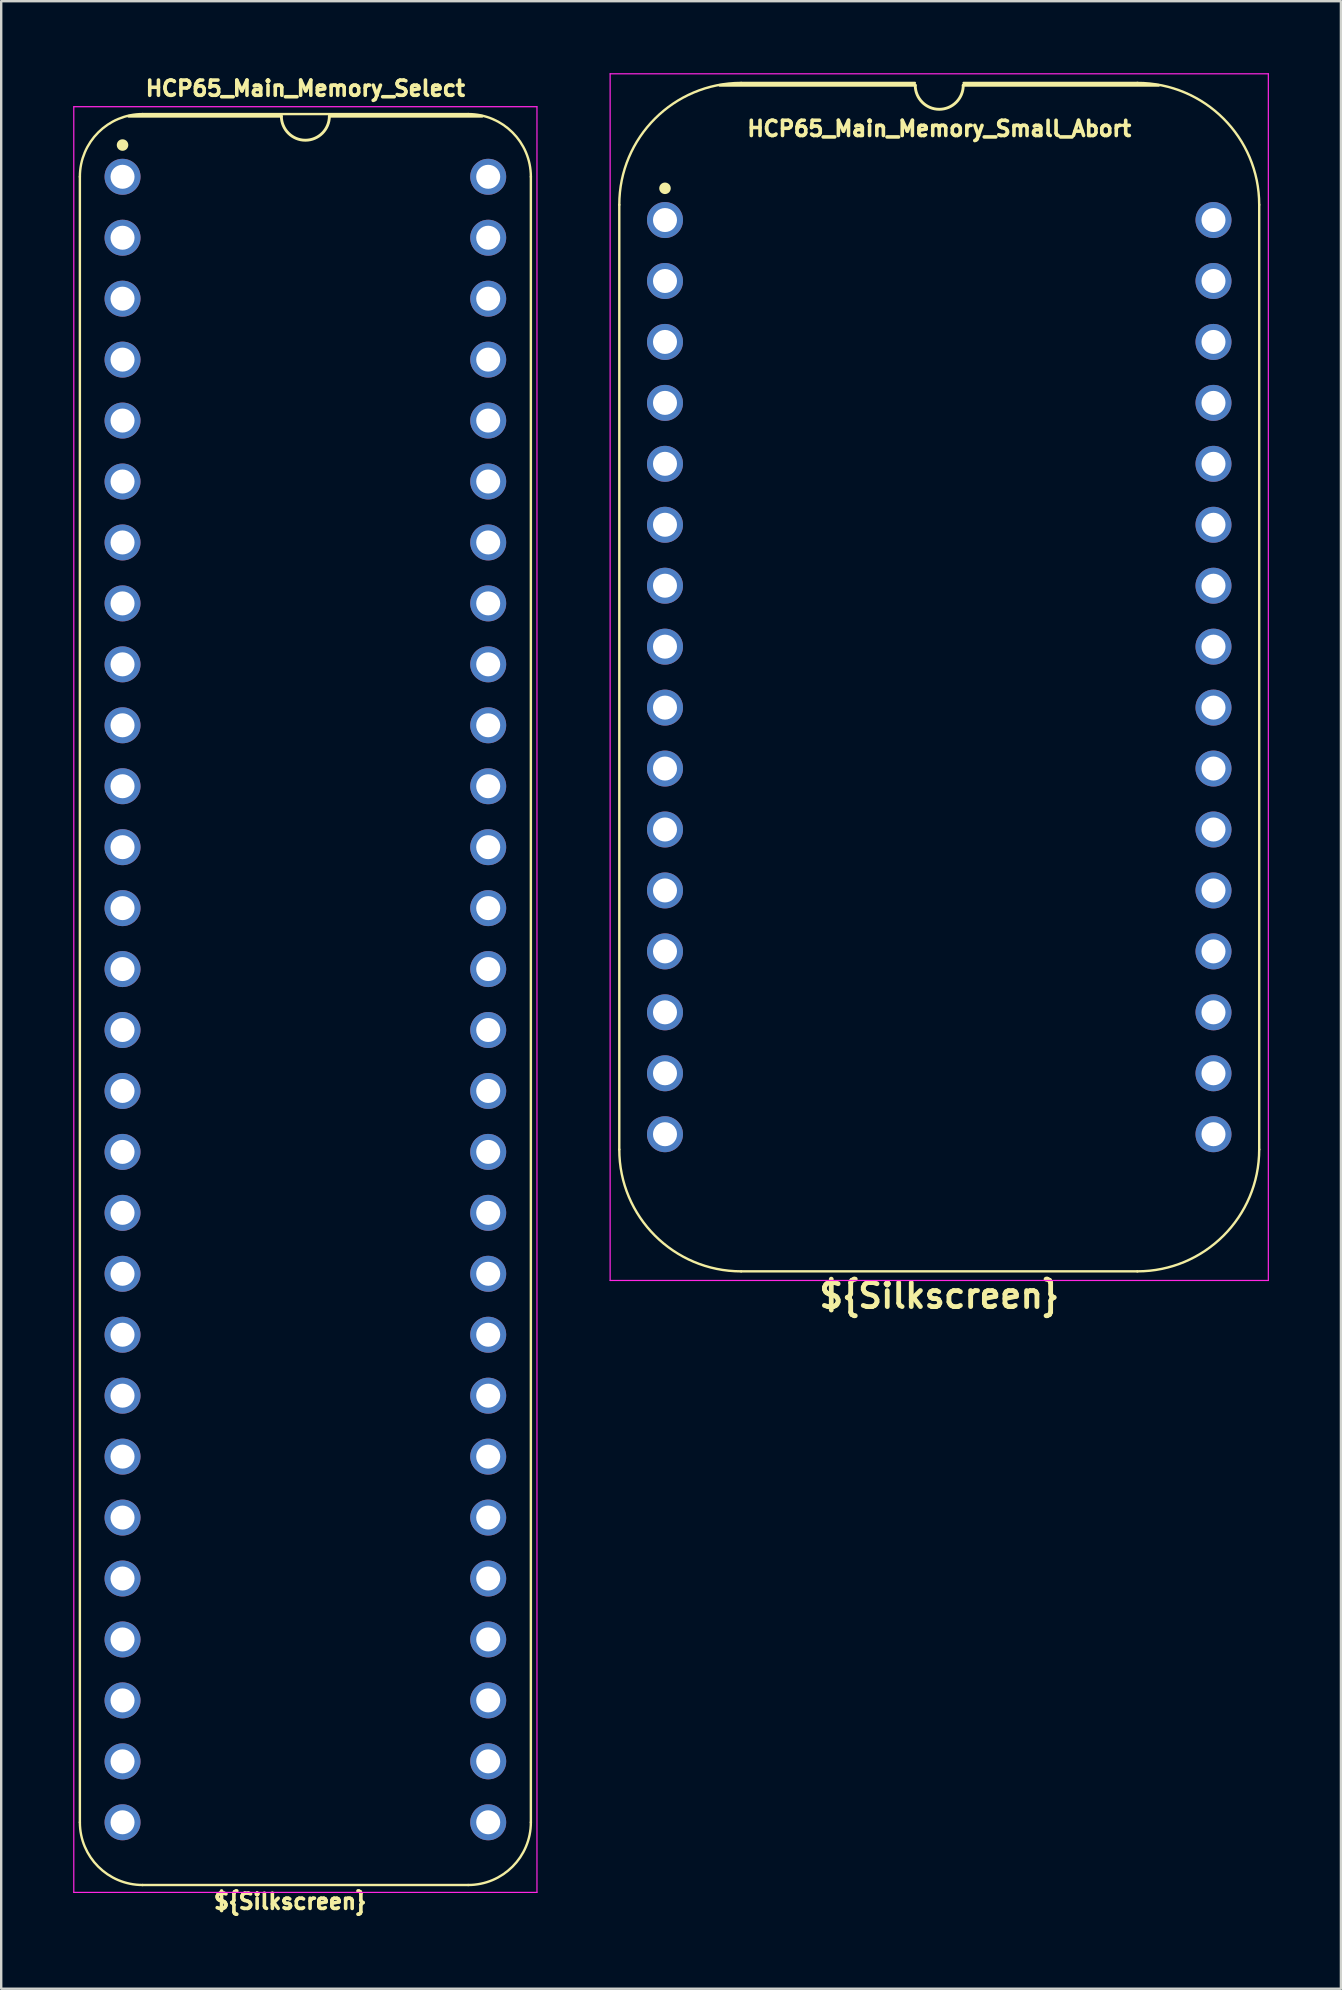
<source format=kicad_pcb>
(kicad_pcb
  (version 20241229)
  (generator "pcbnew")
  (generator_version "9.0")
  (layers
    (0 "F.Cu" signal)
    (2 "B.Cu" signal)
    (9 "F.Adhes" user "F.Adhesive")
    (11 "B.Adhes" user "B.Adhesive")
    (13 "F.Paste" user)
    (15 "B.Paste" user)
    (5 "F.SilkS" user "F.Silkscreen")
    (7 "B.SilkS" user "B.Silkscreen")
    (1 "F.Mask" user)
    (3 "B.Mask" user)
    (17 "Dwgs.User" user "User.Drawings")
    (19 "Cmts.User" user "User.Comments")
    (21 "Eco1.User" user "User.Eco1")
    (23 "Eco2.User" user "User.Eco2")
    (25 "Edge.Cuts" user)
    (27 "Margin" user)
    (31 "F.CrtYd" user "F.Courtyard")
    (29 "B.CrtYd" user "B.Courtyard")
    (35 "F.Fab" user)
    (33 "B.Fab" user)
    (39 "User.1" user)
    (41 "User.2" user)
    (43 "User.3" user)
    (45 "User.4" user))
  (footprint "HCP65_Main_Memory_Select"
    (layer "F.Cu")
    (at 2.057 4.318)
    (property "Reference" "HCP65_Main_Memory_Select" (at 7.62 -3.683 0) (layer "F.SilkS") (effects (font (size 0.635 0.635) (thickness 0.15))))
    (attr through_hole)
    (fp_line (start -1.778 68.58) (end -1.778 0) (stroke (width 0.1) (type solid)) (layer "F.SilkS"))
    (fp_line (start 0.836 -2.614) (end 14.404 -2.614) (stroke (width 0.1) (type solid)) (layer "F.SilkS"))
    (fp_line (start 6.62 -2.524) (end 0.254 -2.524) (stroke (width 0.12) (type solid)) (layer "F.SilkS"))
    (fp_line (start 14.404 71.194) (end 0.836 71.194) (stroke (width 0.1) (type solid)) (layer "F.SilkS"))
    (fp_line (start 14.986 -2.524) (end 8.62 -2.524) (stroke (width 0.12) (type solid)) (layer "F.SilkS"))
    (fp_line (start 17.018 68.58) (end 17.018 0) (stroke (width 0.1) (type solid)) (layer "F.SilkS"))
    (fp_arc (start -1.778 0) (mid -1.012456 -1.848187) (end 0.835732 -2.613732) (stroke (width 0.1) (type solid)) (layer "F.SilkS"))
    (fp_arc (start 0.835733 71.193733) (mid -1.012457 70.428189) (end -1.778 68.58) (stroke (width 0.1) (type solid)) (layer "F.SilkS"))
    (fp_arc (start 8.62 -2.524) (mid 7.62 -1.524) (end 6.62 -2.524) (stroke (width 0.12) (type solid)) (layer "F.SilkS"))
    (fp_arc (start 14.404268 -2.613732) (mid 16.252457 -1.848188) (end 17.018 0) (stroke (width 0.1) (type solid)) (layer "F.SilkS"))
    (fp_arc (start 17.018001 68.580001) (mid 16.252456 70.428188) (end 14.404269 71.193733) (stroke (width 0.1) (type solid)) (layer "F.SilkS"))
    (fp_circle (center 0 -1.323) (end 0.18 -1.323) (stroke (width 0.12) (type solid)) (fill yes) (layer "F.SilkS"))
    (fp_line (start -2.032 -2.921) (end -2.032 71.501) (stroke (width 0.05) (type solid)) (layer "F.CrtYd"))
    (fp_line (start -2.032 -2.921) (end 17.272 -2.921) (stroke (width 0.05) (type solid)) (layer "F.CrtYd"))
    (fp_line (start -2.032 71.501) (end 17.272 71.501) (stroke (width 0.05) (type solid)) (layer "F.CrtYd"))
    (fp_line (start 17.272 -2.921) (end 17.272 71.501) (stroke (width 0.05) (type solid)) (layer "F.CrtYd"))
    (fp_text user "${Silkscreen}" (at 6.985 71.882 0) (layer "F.SilkS") (effects (font (size 0.635 0.635) (thickness 0.15))))
    (pad "1" thru_hole circle (at 0 0) (size 1.5 1.5) (drill 1) (layers "*.Cu" "*.Mask"))
    (pad "2" thru_hole circle (at 0 2.54) (size 1.5 1.5) (drill 1) (layers "*.Cu" "*.Mask"))
    (pad "3" thru_hole circle (at 0 5.08) (size 1.5 1.5) (drill 1) (layers "*.Cu" "*.Mask"))
    (pad "4" thru_hole circle (at 0 7.62) (size 1.5 1.5) (drill 1) (layers "*.Cu" "*.Mask"))
    (pad "5" thru_hole circle (at 0 10.16) (size 1.5 1.5) (drill 1) (layers "*.Cu" "*.Mask"))
    (pad "6" thru_hole circle (at 0 12.7) (size 1.5 1.5) (drill 1) (layers "*.Cu" "*.Mask"))
    (pad "7" thru_hole circle (at 0 15.24) (size 1.5 1.5) (drill 1) (layers "*.Cu" "*.Mask"))
    (pad "8" thru_hole circle (at 0 17.78) (size 1.5 1.5) (drill 1) (layers "*.Cu" "*.Mask"))
    (pad "9" thru_hole circle (at 0 20.32) (size 1.5 1.5) (drill 1) (layers "*.Cu" "*.Mask"))
    (pad "10" thru_hole circle (at 0 22.86) (size 1.5 1.5) (drill 1) (layers "*.Cu" "*.Mask"))
    (pad "11" thru_hole circle (at 0 25.4) (size 1.5 1.5) (drill 1) (layers "*.Cu" "*.Mask"))
    (pad "12" thru_hole circle (at 0 27.94) (size 1.5 1.5) (drill 1) (layers "*.Cu" "*.Mask"))
    (pad "13" thru_hole circle (at 0 30.48) (size 1.5 1.5) (drill 1) (layers "*.Cu" "*.Mask"))
    (pad "14" thru_hole circle (at 0 33.02) (size 1.5 1.5) (drill 1) (layers "*.Cu" "*.Mask"))
    (pad "15" thru_hole circle (at 0 35.56) (size 1.5 1.5) (drill 1) (layers "*.Cu" "*.Mask"))
    (pad "16" thru_hole circle (at 0 38.1) (size 1.5 1.5) (drill 1) (layers "*.Cu" "*.Mask"))
    (pad "17" thru_hole circle (at 0 40.64) (size 1.5 1.5) (drill 1) (layers "*.Cu" "*.Mask"))
    (pad "18" thru_hole circle (at 0 43.18) (size 1.5 1.5) (drill 1) (layers "*.Cu" "*.Mask"))
    (pad "19" thru_hole circle (at 0 45.72) (size 1.5 1.5) (drill 1) (layers "*.Cu" "*.Mask"))
    (pad "20" thru_hole circle (at 0 48.26) (size 1.5 1.5) (drill 1) (layers "*.Cu" "*.Mask"))
    (pad "21" thru_hole circle (at 0 50.8) (size 1.5 1.5) (drill 1) (layers "*.Cu" "*.Mask"))
    (pad "22" thru_hole circle (at 0 53.34) (size 1.5 1.5) (drill 1) (layers "*.Cu" "*.Mask"))
    (pad "23" thru_hole circle (at 0 55.88) (size 1.5 1.5) (drill 1) (layers "*.Cu" "*.Mask"))
    (pad "24" thru_hole circle (at 0 58.42) (size 1.5 1.5) (drill 1) (layers "*.Cu" "*.Mask"))
    (pad "25" thru_hole circle (at 0 60.96) (size 1.5 1.5) (drill 1) (layers "*.Cu" "*.Mask"))
    (pad "26" thru_hole circle (at 0 63.5) (size 1.5 1.5) (drill 1) (layers "*.Cu" "*.Mask"))
    (pad "27" thru_hole circle (at 0 66.04) (size 1.5 1.5) (drill 1) (layers "*.Cu" "*.Mask"))
    (pad "28" thru_hole circle (at 0 68.58) (size 1.5 1.5) (drill 1) (layers "*.Cu" "*.Mask"))
    (pad "29" thru_hole circle (at 15.24 68.58) (size 1.5 1.5) (drill 1) (layers "*.Cu" "*.Mask"))
    (pad "30" thru_hole circle (at 15.24 66.04) (size 1.5 1.5) (drill 1) (layers "*.Cu" "*.Mask"))
    (pad "31" thru_hole circle (at 15.24 63.5) (size 1.5 1.5) (drill 1) (layers "*.Cu" "*.Mask"))
    (pad "32" thru_hole circle (at 15.24 60.96) (size 1.5 1.5) (drill 1) (layers "*.Cu" "*.Mask"))
    (pad "33" thru_hole circle (at 15.24 58.42) (size 1.5 1.5) (drill 1) (layers "*.Cu" "*.Mask"))
    (pad "34" thru_hole circle (at 15.24 55.88) (size 1.5 1.5) (drill 1) (layers "*.Cu" "*.Mask"))
    (pad "35" thru_hole circle (at 15.24 53.34) (size 1.5 1.5) (drill 1) (layers "*.Cu" "*.Mask"))
    (pad "36" thru_hole circle (at 15.24 50.8) (size 1.5 1.5) (drill 1) (layers "*.Cu" "*.Mask"))
    (pad "37" thru_hole circle (at 15.24 48.26) (size 1.5 1.5) (drill 1) (layers "*.Cu" "*.Mask"))
    (pad "38" thru_hole circle (at 15.24 45.72) (size 1.5 1.5) (drill 1) (layers "*.Cu" "*.Mask"))
    (pad "39" thru_hole circle (at 15.24 43.18) (size 1.5 1.5) (drill 1) (layers "*.Cu" "*.Mask"))
    (pad "40" thru_hole circle (at 15.24 40.64) (size 1.5 1.5) (drill 1) (layers "*.Cu" "*.Mask"))
    (pad "41" thru_hole circle (at 15.24 38.1) (size 1.5 1.5) (drill 1) (layers "*.Cu" "*.Mask"))
    (pad "42" thru_hole circle (at 15.24 35.56) (size 1.5 1.5) (drill 1) (layers "*.Cu" "*.Mask"))
    (pad "43" thru_hole circle (at 15.24 33.02) (size 1.5 1.5) (drill 1) (layers "*.Cu" "*.Mask"))
    (pad "44" thru_hole circle (at 15.24 30.48) (size 1.5 1.5) (drill 1) (layers "*.Cu" "*.Mask"))
    (pad "45" thru_hole circle (at 15.24 27.94) (size 1.5 1.5) (drill 1) (layers "*.Cu" "*.Mask"))
    (pad "46" thru_hole circle (at 15.24 25.4) (size 1.5 1.5) (drill 1) (layers "*.Cu" "*.Mask"))
    (pad "47" thru_hole circle (at 15.24 22.86) (size 1.5 1.5) (drill 1) (layers "*.Cu" "*.Mask"))
    (pad "48" thru_hole circle (at 15.24 20.32) (size 1.5 1.5) (drill 1) (layers "*.Cu" "*.Mask"))
    (pad "49" thru_hole circle (at 15.24 17.78) (size 1.5 1.5) (drill 1) (layers "*.Cu" "*.Mask"))
    (pad "50" thru_hole circle (at 15.24 15.24) (size 1.5 1.5) (drill 1) (layers "*.Cu" "*.Mask"))
    (pad "51" thru_hole circle (at 15.24 12.7) (size 1.5 1.5) (drill 1) (layers "*.Cu" "*.Mask"))
    (pad "52" thru_hole circle (at 15.24 10.16) (size 1.5 1.5) (drill 1) (layers "*.Cu" "*.Mask"))
    (pad "53" thru_hole circle (at 15.24 7.62) (size 1.5 1.5) (drill 1) (layers "*.Cu" "*.Mask"))
    (pad "54" thru_hole circle (at 15.24 5.08) (size 1.5 1.5) (drill 1) (layers "*.Cu" "*.Mask"))
    (pad "55" thru_hole circle (at 15.24 2.54) (size 1.5 1.5) (drill 1) (layers "*.Cu" "*.Mask"))
    (pad "56" thru_hole circle (at 15.24 0) (size 1.5 1.5) (drill 1) (layers "*.Cu" "*.Mask")))
  (footprint "HCP65_Main_Memory_Small_Abort"
    (layer "F.Cu")
    (at 24.665 6.121)
    (property "Reference" "HCP65_Main_Memory_Small_Abort" (at 11.43 -3.81 0) (layer "F.SilkS") (effects (font (size 0.635 0.635) (thickness 0.15))))
    (property "Silkscreen" "${Silkscreen}" (at 11.43 44.831 0) (layer "F.SilkS") (effects (font (size 1 1) (thickness 0.2))))
    (attr through_hole)
    (fp_line (start -1.905 -0.635) (end -1.905 38.735) (stroke (width 0.1) (type solid)) (layer "F.SilkS"))
    (fp_line (start 10.414 -5.715) (end 3.175 -5.715) (stroke (width 0.1) (type solid)) (layer "F.SilkS"))
    (fp_line (start 10.43 -5.616) (end 2.286 -5.616) (stroke (width 0.12) (type solid)) (layer "F.SilkS"))
    (fp_line (start 19.685 -5.715) (end 12.446 -5.715) (stroke (width 0.1) (type solid)) (layer "F.SilkS"))
    (fp_line (start 19.685 43.815) (end 3.175 43.815) (stroke (width 0.1) (type solid)) (layer "F.SilkS"))
    (fp_line (start 20.574 -5.616) (end 12.43 -5.616) (stroke (width 0.12) (type solid)) (layer "F.SilkS"))
    (fp_line (start 24.765 38.735) (end 24.765 -0.635) (stroke (width 0.1) (type solid)) (layer "F.SilkS"))
    (fp_arc (start -1.905 -0.635) (mid -0.417102 -4.227102) (end 3.175 -5.715) (stroke (width 0.1) (type solid)) (layer "F.SilkS"))
    (fp_arc (start 3.175 43.815) (mid -0.417102 42.327102) (end -1.905 38.735) (stroke (width 0.1) (type solid)) (layer "F.SilkS"))
    (fp_arc (start 12.43 -5.616) (mid 11.43 -4.616) (end 10.43 -5.616) (stroke (width 0.12) (type solid)) (layer "F.SilkS"))
    (fp_arc (start 19.685 -5.715) (mid 23.277102 -4.227102) (end 24.765 -0.635) (stroke (width 0.1) (type solid)) (layer "F.SilkS"))
    (fp_arc (start 24.765 38.735) (mid 23.277102 42.327102) (end 19.685 43.815) (stroke (width 0.1) (type solid)) (layer "F.SilkS"))
    (fp_circle (center 0 -1.323) (end 0.18 -1.323) (stroke (width 0.12) (type solid)) (fill yes) (layer "F.SilkS"))
    (fp_line (start -2.286 -6.096) (end -2.286 44.196) (stroke (width 0.05) (type solid)) (layer "F.CrtYd"))
    (fp_line (start -2.286 -6.096) (end 25.146 -6.096) (stroke (width 0.05) (type solid)) (layer "F.CrtYd"))
    (fp_line (start -2.286 44.196) (end 25.146 44.196) (stroke (width 0.05) (type solid)) (layer "F.CrtYd"))
    (fp_line (start 25.146 44.196) (end 25.146 -6.096) (stroke (width 0.05) (type solid)) (layer "F.CrtYd"))
    (pad "1" thru_hole circle (at 0 0) (size 1.5 1.5) (drill 1) (layers "*.Cu" "*.Mask"))
    (pad "2" thru_hole circle (at 0 2.54) (size 1.5 1.5) (drill 1) (layers "*.Cu" "*.Mask"))
    (pad "3" thru_hole circle (at 0 5.08) (size 1.5 1.5) (drill 1) (layers "*.Cu" "*.Mask"))
    (pad "4" thru_hole circle (at 0 7.62) (size 1.5 1.5) (drill 1) (layers "*.Cu" "*.Mask"))
    (pad "5" thru_hole circle (at 0 10.16) (size 1.5 1.5) (drill 1) (layers "*.Cu" "*.Mask"))
    (pad "6" thru_hole circle (at 0 12.7) (size 1.5 1.5) (drill 1) (layers "*.Cu" "*.Mask"))
    (pad "7" thru_hole circle (at 0 15.24) (size 1.5 1.5) (drill 1) (layers "*.Cu" "*.Mask"))
    (pad "8" thru_hole circle (at 0 17.78) (size 1.5 1.5) (drill 1) (layers "*.Cu" "*.Mask"))
    (pad "9" thru_hole circle (at 0 20.32) (size 1.5 1.5) (drill 1) (layers "*.Cu" "*.Mask"))
    (pad "10" thru_hole circle (at 0 22.86) (size 1.5 1.5) (drill 1) (layers "*.Cu" "*.Mask"))
    (pad "11" thru_hole circle (at 0 25.4) (size 1.5 1.5) (drill 1) (layers "*.Cu" "*.Mask"))
    (pad "12" thru_hole circle (at 0 27.94) (size 1.5 1.5) (drill 1) (layers "*.Cu" "*.Mask"))
    (pad "13" thru_hole circle (at 0 30.48) (size 1.5 1.5) (drill 1) (layers "*.Cu" "*.Mask"))
    (pad "14" thru_hole circle (at 0 33.02) (size 1.5 1.5) (drill 1) (layers "*.Cu" "*.Mask"))
    (pad "15" thru_hole circle (at 0 35.56) (size 1.5 1.5) (drill 1) (layers "*.Cu" "*.Mask"))
    (pad "16" thru_hole circle (at 0 38.1) (size 1.5 1.5) (drill 1) (layers "*.Cu" "*.Mask"))
    (pad "17" thru_hole circle (at 22.86 38.1) (size 1.5 1.5) (drill 1) (layers "*.Cu" "*.Mask"))
    (pad "18" thru_hole circle (at 22.86 35.56) (size 1.5 1.5) (drill 1) (layers "*.Cu" "*.Mask"))
    (pad "19" thru_hole circle (at 22.86 33.02) (size 1.5 1.5) (drill 1) (layers "*.Cu" "*.Mask"))
    (pad "20" thru_hole circle (at 22.86 30.48) (size 1.5 1.5) (drill 1) (layers "*.Cu" "*.Mask"))
    (pad "21" thru_hole circle (at 22.86 27.94) (size 1.5 1.5) (drill 1) (layers "*.Cu" "*.Mask"))
    (pad "22" thru_hole circle (at 22.86 25.4) (size 1.5 1.5) (drill 1) (layers "*.Cu" "*.Mask"))
    (pad "23" thru_hole circle (at 22.86 22.86) (size 1.5 1.5) (drill 1) (layers "*.Cu" "*.Mask"))
    (pad "24" thru_hole circle (at 22.86 20.32) (size 1.5 1.5) (drill 1) (layers "*.Cu" "*.Mask"))
    (pad "25" thru_hole circle (at 22.86 17.78) (size 1.5 1.5) (drill 1) (layers "*.Cu" "*.Mask"))
    (pad "26" thru_hole circle (at 22.86 15.24) (size 1.5 1.5) (drill 1) (layers "*.Cu" "*.Mask"))
    (pad "27" thru_hole circle (at 22.86 12.7) (size 1.5 1.5) (drill 1) (layers "*.Cu" "*.Mask"))
    (pad "28" thru_hole circle (at 22.86 10.16) (size 1.5 1.5) (drill 1) (layers "*.Cu" "*.Mask"))
    (pad "29" thru_hole circle (at 22.86 7.62) (size 1.5 1.5) (drill 1) (layers "*.Cu" "*.Mask"))
    (pad "30" thru_hole circle (at 22.86 5.08) (size 1.5 1.5) (drill 1) (layers "*.Cu" "*.Mask"))
    (pad "31" thru_hole circle (at 22.86 2.54) (size 1.5 1.5) (drill 1) (layers "*.Cu" "*.Mask"))
    (pad "32" thru_hole circle (at 22.86 0) (size 1.5 1.5) (drill 1) (layers "*.Cu" "*.Mask")))
  (gr_rect
    (start -3 -3)
    (end 52.836 79.834)
    (stroke (width 0.1) (type default))
    (fill no)
    (layer "Edge.Cuts")))
</source>
